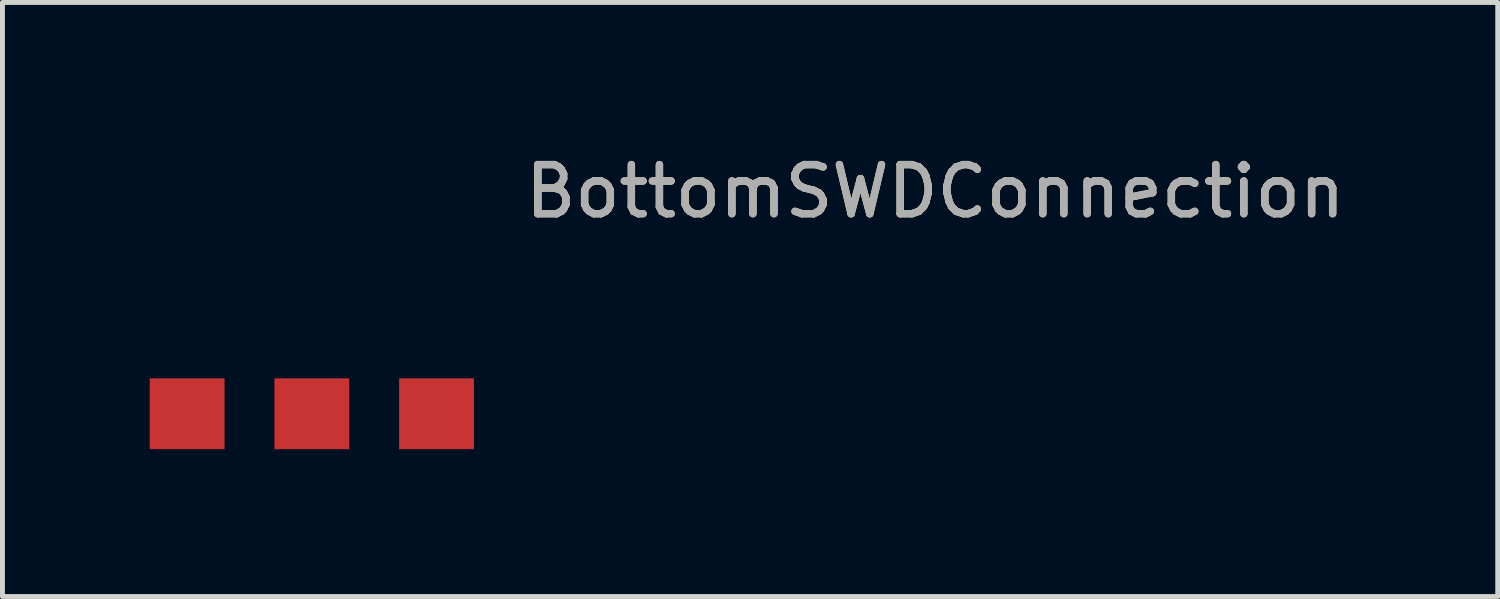
<source format=kicad_pcb>
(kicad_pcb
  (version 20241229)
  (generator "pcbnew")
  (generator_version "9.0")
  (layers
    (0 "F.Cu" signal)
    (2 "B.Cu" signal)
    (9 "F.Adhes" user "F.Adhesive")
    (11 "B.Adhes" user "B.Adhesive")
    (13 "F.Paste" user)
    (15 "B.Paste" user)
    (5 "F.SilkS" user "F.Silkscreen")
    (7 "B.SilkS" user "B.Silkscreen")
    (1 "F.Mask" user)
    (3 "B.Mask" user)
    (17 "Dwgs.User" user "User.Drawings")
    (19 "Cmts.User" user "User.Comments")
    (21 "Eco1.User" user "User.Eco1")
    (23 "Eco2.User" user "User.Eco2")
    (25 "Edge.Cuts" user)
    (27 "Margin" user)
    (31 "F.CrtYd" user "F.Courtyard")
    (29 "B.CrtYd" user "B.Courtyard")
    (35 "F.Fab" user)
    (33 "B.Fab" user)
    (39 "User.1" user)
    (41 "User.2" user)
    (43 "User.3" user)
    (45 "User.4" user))
  (footprint "BottomSWDConnection"
    (layer "F.Cu")
    (at 3.302 4.658)
    (property "Reference" "BottomSWDConnection" (at 12.7 -3.81 0) (unlocked yes) (layer "F.SilkS") (effects (font (size 1 1) (thickness 0.15))))
    (attr smd)
    (fp_text user "${REFERENCE}" (at 12.7 -3.81 0) (unlocked yes) (layer "F.Fab") (effects (font (size 1 1) (thickness 0.15))))
    (pad "1" smd rect (at -2.54 0.721 90) (size 1.443 1.524) (layers "F.Cu" "F.Mask" "F.Paste"))
    (pad "2" smd rect (at 0 0.721 90) (size 1.443 1.524) (layers "F.Cu" "F.Mask" "F.Paste"))
    (pad "3" smd rect (at 2.54 0.721 90) (size 1.443 1.524) (layers "F.Cu" "F.Mask" "F.Paste")))
  (gr_rect
    (start -3 -3)
    (end 27.46 9.101)
    (stroke (width 0.1) (type default))
    (fill no)
    (layer "Edge.Cuts")))
</source>
